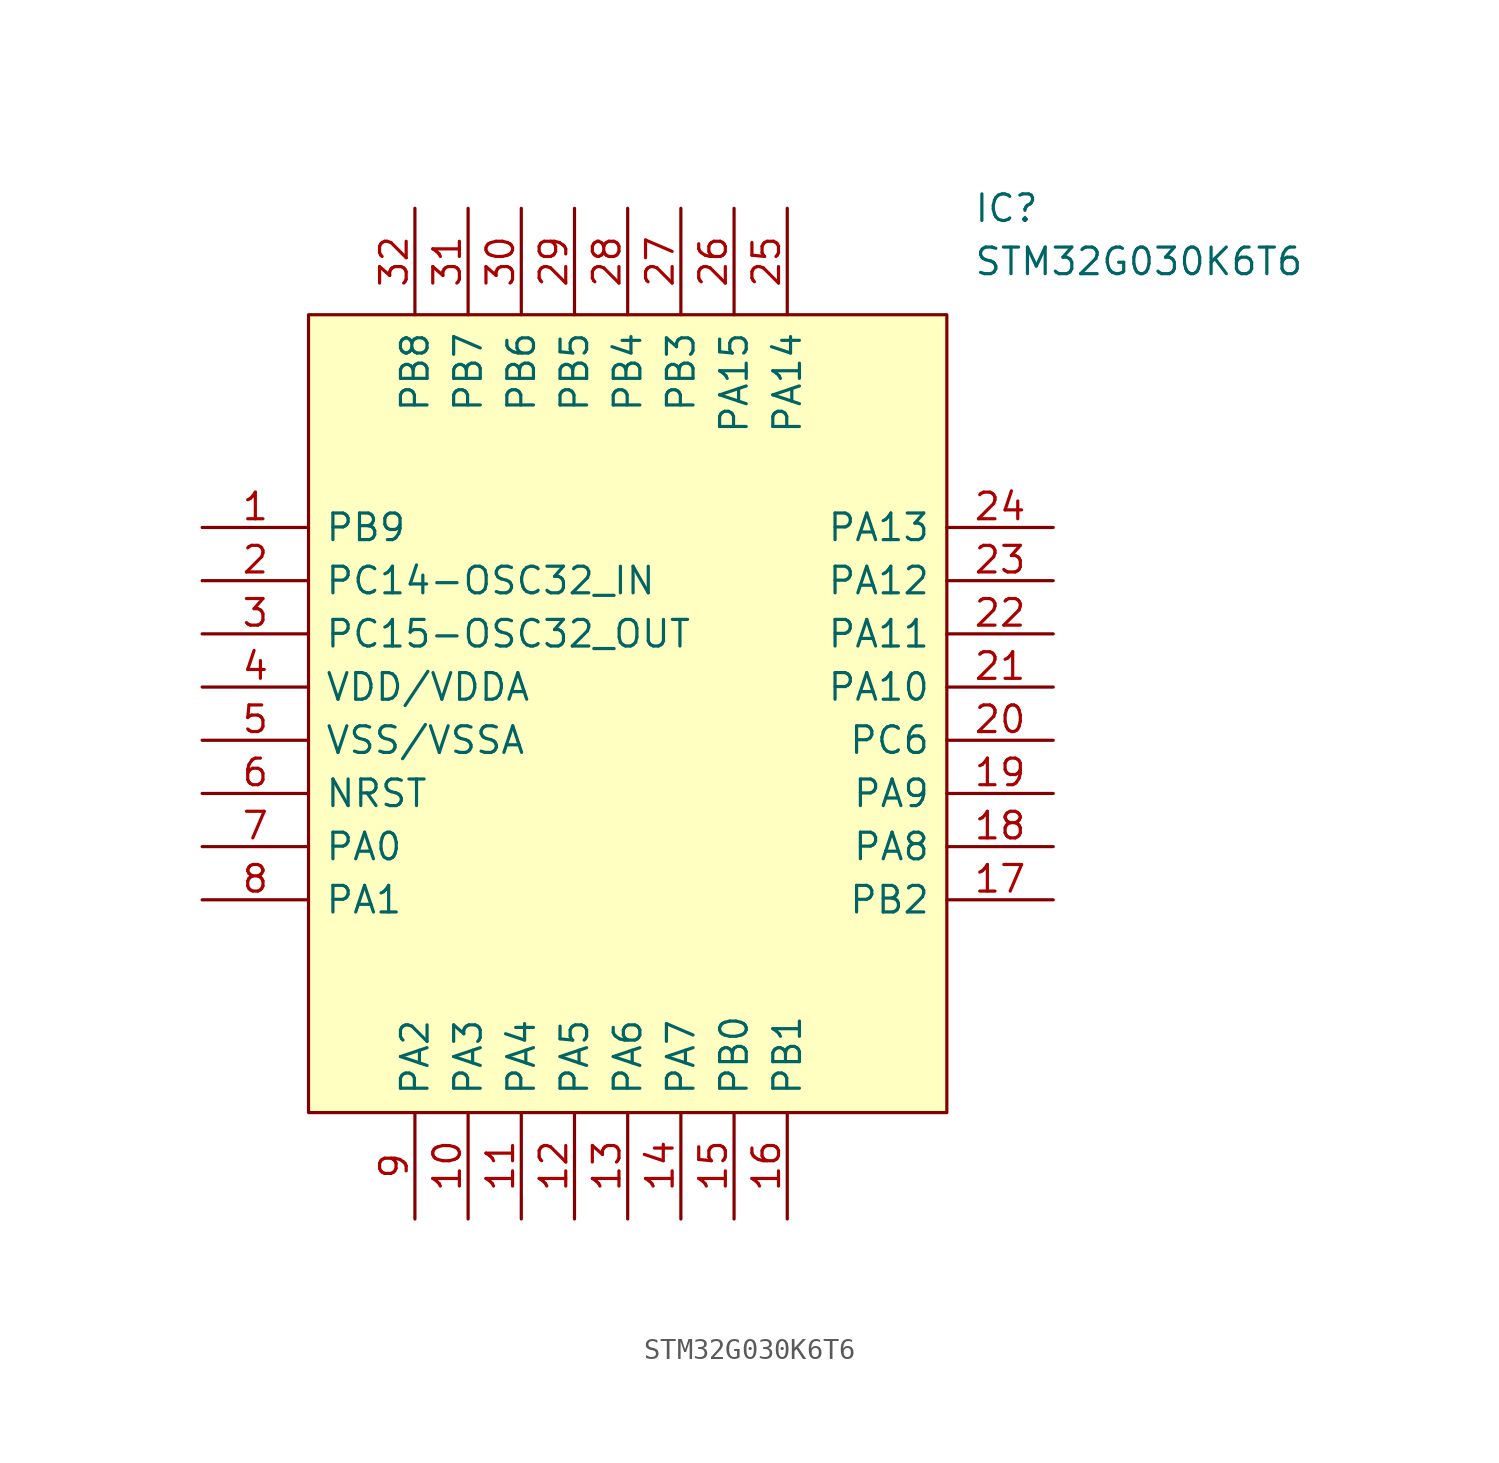
<source format=kicad_sym>
(kicad_symbol_lib
  (version 20211014)
  (generator kicad_symbol_editor)
  (symbol "STM32G030K6T6"
    (pin_names
      (offset 0.762))
    (property "Reference" "IC"
      (at 36.83 15.24 0)
      (effects (font (size 1.27 1.27)) (justify left)))
    (property "Value" "STM32G030K6T6"
      (at 36.83 12.7 0)
      (effects (font (size 1.27 1.27)) (justify left)))
    (symbol "STM32G030K6T6_0_0"
      (pin passive line (at 0 0 0) (length 5.08) (name "PB9" (effects (font (size 1.27 1.27)))) (number "1" (effects (font (size 1.27 1.27)))))
      (pin passive line (at 12.7 -33.02 90) (length 5.08) (name "PA3" (effects (font (size 1.27 1.27)))) (number "10" (effects (font (size 1.27 1.27)))))
      (pin passive line (at 15.24 -33.02 90) (length 5.08) (name "PA4" (effects (font (size 1.27 1.27)))) (number "11" (effects (font (size 1.27 1.27)))))
      (pin passive line (at 17.78 -33.02 90) (length 5.08) (name "PA5" (effects (font (size 1.27 1.27)))) (number "12" (effects (font (size 1.27 1.27)))))
      (pin passive line (at 20.32 -33.02 90) (length 5.08) (name "PA6" (effects (font (size 1.27 1.27)))) (number "13" (effects (font (size 1.27 1.27)))))
      (pin passive line (at 22.86 -33.02 90) (length 5.08) (name "PA7" (effects (font (size 1.27 1.27)))) (number "14" (effects (font (size 1.27 1.27)))))
      (pin passive line (at 25.4 -33.02 90) (length 5.08) (name "PB0" (effects (font (size 1.27 1.27)))) (number "15" (effects (font (size 1.27 1.27)))))
      (pin passive line (at 27.94 -33.02 90) (length 5.08) (name "PB1" (effects (font (size 1.27 1.27)))) (number "16" (effects (font (size 1.27 1.27)))))
      (pin passive line (at 40.64 -17.78 180) (length 5.08) (name "PB2" (effects (font (size 1.27 1.27)))) (number "17" (effects (font (size 1.27 1.27)))))
      (pin passive line (at 40.64 -15.24 180) (length 5.08) (name "PA8" (effects (font (size 1.27 1.27)))) (number "18" (effects (font (size 1.27 1.27)))))
      (pin passive line (at 40.64 -12.7 180) (length 5.08) (name "PA9" (effects (font (size 1.27 1.27)))) (number "19" (effects (font (size 1.27 1.27)))))
      (pin passive line (at 0 -2.54 0) (length 5.08) (name "PC14-OSC32_IN" (effects (font (size 1.27 1.27)))) (number "2" (effects (font (size 1.27 1.27)))))
      (pin passive line (at 40.64 -10.16 180) (length 5.08) (name "PC6" (effects (font (size 1.27 1.27)))) (number "20" (effects (font (size 1.27 1.27)))))
      (pin passive line (at 40.64 -7.62 180) (length 5.08) (name "PA10" (effects (font (size 1.27 1.27)))) (number "21" (effects (font (size 1.27 1.27)))))
      (pin passive line (at 40.64 -5.08 180) (length 5.08) (name "PA11" (effects (font (size 1.27 1.27)))) (number "22" (effects (font (size 1.27 1.27)))))
      (pin passive line (at 40.64 -2.54 180) (length 5.08) (name "PA12" (effects (font (size 1.27 1.27)))) (number "23" (effects (font (size 1.27 1.27)))))
      (pin passive line (at 40.64 0 180) (length 5.08) (name "PA13" (effects (font (size 1.27 1.27)))) (number "24" (effects (font (size 1.27 1.27)))))
      (pin passive line (at 27.94 15.24 270) (length 5.08) (name "PA14" (effects (font (size 1.27 1.27)))) (number "25" (effects (font (size 1.27 1.27)))))
      (pin passive line (at 25.4 15.24 270) (length 5.08) (name "PA15" (effects (font (size 1.27 1.27)))) (number "26" (effects (font (size 1.27 1.27)))))
      (pin passive line (at 22.86 15.24 270) (length 5.08) (name "PB3" (effects (font (size 1.27 1.27)))) (number "27" (effects (font (size 1.27 1.27)))))
      (pin passive line (at 20.32 15.24 270) (length 5.08) (name "PB4" (effects (font (size 1.27 1.27)))) (number "28" (effects (font (size 1.27 1.27)))))
      (pin passive line (at 17.78 15.24 270) (length 5.08) (name "PB5" (effects (font (size 1.27 1.27)))) (number "29" (effects (font (size 1.27 1.27)))))
      (pin passive line (at 0 -5.08 0) (length 5.08) (name "PC15-OSC32_OUT" (effects (font (size 1.27 1.27)))) (number "3" (effects (font (size 1.27 1.27)))))
      (pin passive line (at 15.24 15.24 270) (length 5.08) (name "PB6" (effects (font (size 1.27 1.27)))) (number "30" (effects (font (size 1.27 1.27)))))
      (pin passive line (at 12.7 15.24 270) (length 5.08) (name "PB7" (effects (font (size 1.27 1.27)))) (number "31" (effects (font (size 1.27 1.27)))))
      (pin passive line (at 10.16 15.24 270) (length 5.08) (name "PB8" (effects (font (size 1.27 1.27)))) (number "32" (effects (font (size 1.27 1.27)))))
      (pin passive line (at 0 -7.62 0) (length 5.08) (name "VDD/VDDA" (effects (font (size 1.27 1.27)))) (number "4" (effects (font (size 1.27 1.27)))))
      (pin passive line (at 0 -10.16 0) (length 5.08) (name "VSS/VSSA" (effects (font (size 1.27 1.27)))) (number "5" (effects (font (size 1.27 1.27)))))
      (pin passive line (at 0 -12.7 0) (length 5.08) (name "NRST" (effects (font (size 1.27 1.27)))) (number "6" (effects (font (size 1.27 1.27)))))
      (pin passive line (at 0 -15.24 0) (length 5.08) (name "PA0" (effects (font (size 1.27 1.27)))) (number "7" (effects (font (size 1.27 1.27)))))
      (pin passive line (at 0 -17.78 0) (length 5.08) (name "PA1" (effects (font (size 1.27 1.27)))) (number "8" (effects (font (size 1.27 1.27)))))
      (pin passive line (at 10.16 -33.02 90) (length 5.08) (name "PA2" (effects (font (size 1.27 1.27)))) (number "9" (effects (font (size 1.27 1.27))))))
    (symbol "STM32G030K6T6_0_1"
      (polyline (pts (xy 5.08 10.16) (xy 35.56 10.16) (xy 35.56 -27.94) (xy 5.08 -27.94) (xy 5.08 10.16)) (stroke (width 0.152) (type default) (color 0 0 0 0)) (fill (type background))))))
</source>
